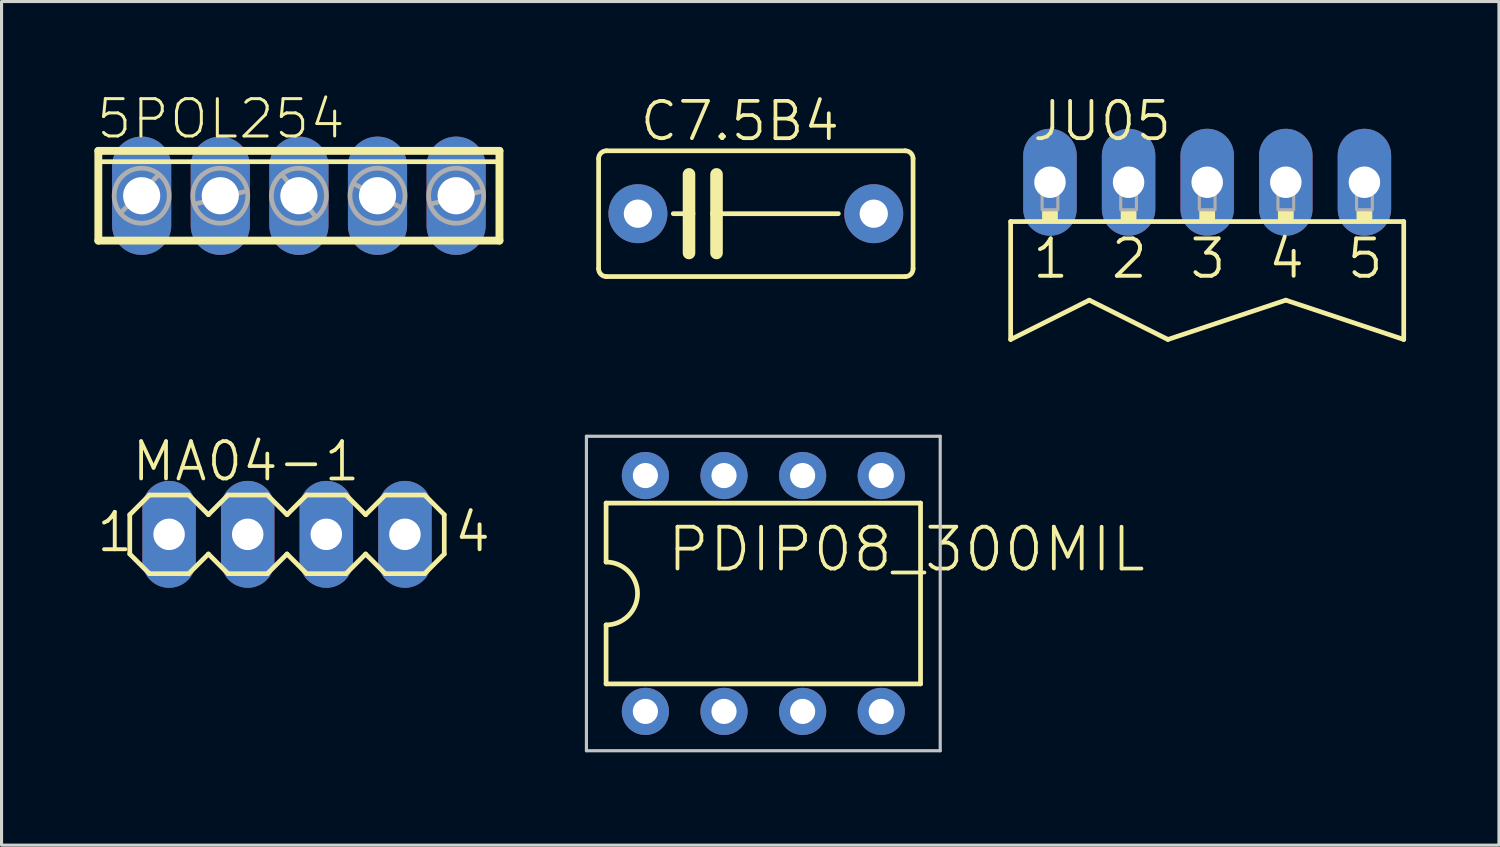
<source format=kicad_pcb>
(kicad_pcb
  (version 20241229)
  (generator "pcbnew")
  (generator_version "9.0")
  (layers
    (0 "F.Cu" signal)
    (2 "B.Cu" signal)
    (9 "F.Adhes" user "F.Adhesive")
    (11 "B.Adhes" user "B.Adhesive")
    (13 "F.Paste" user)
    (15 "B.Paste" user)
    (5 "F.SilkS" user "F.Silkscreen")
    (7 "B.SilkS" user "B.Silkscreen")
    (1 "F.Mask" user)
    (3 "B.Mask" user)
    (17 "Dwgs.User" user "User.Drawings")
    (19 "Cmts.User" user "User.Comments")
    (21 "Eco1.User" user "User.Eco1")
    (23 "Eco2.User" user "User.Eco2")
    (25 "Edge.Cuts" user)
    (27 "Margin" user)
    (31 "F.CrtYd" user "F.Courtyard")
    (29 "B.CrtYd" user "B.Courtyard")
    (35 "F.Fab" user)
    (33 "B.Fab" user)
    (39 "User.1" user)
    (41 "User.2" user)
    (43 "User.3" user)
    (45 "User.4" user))
  (footprint "C7.5B4"
    (layer "F.Cu")
    (at 21.37 3.854)
    (property "Reference" "C7.5B4" (at -3.81 -2.286 0) (layer "F.SilkS") (effects (font (size 1.206 1.206) (thickness 0.121)) (justify left bottom)))
    (attr through_hole)
    (fp_line (start -5.08 -1.778) (end -5.08 1.778) (stroke (width 0.152) (type solid)) (layer "F.SilkS"))
    (fp_line (start -4.826 2.032) (end 4.826 2.032) (stroke (width 0.152) (type solid)) (layer "F.SilkS"))
    (fp_line (start -2.667 0) (end -2.159 0) (stroke (width 0.152) (type solid)) (layer "F.SilkS"))
    (fp_line (start -2.159 -1.27) (end -2.159 0) (stroke (width 0.406) (type solid)) (layer "F.SilkS"))
    (fp_line (start -2.159 0) (end -2.159 1.27) (stroke (width 0.406) (type solid)) (layer "F.SilkS"))
    (fp_line (start -1.27 -1.27) (end -1.27 0) (stroke (width 0.406) (type solid)) (layer "F.SilkS"))
    (fp_line (start -1.27 0) (end -1.27 1.27) (stroke (width 0.406) (type solid)) (layer "F.SilkS"))
    (fp_line (start -1.27 0) (end 2.667 0) (stroke (width 0.152) (type solid)) (layer "F.SilkS"))
    (fp_line (start 4.826 -2.032) (end -4.826 -2.032) (stroke (width 0.152) (type solid)) (layer "F.SilkS"))
    (fp_line (start 5.08 1.778) (end 5.08 -1.778) (stroke (width 0.152) (type solid)) (layer "F.SilkS"))
    (fp_arc (start -5.08 -1.778) (mid -5.005605 -1.957605) (end -4.826 -2.032) (stroke (width 0.1524) (type solid)) (layer "F.SilkS"))
    (fp_arc (start -4.826 2.032) (mid -5.005605 1.957605) (end -5.08 1.778) (stroke (width 0.1524) (type solid)) (layer "F.SilkS"))
    (fp_arc (start 4.826 -2.032) (mid 5.005605 -1.957605) (end 5.08 -1.778) (stroke (width 0.1524) (type solid)) (layer "F.SilkS"))
    (fp_arc (start 5.08 1.778) (mid 5.005605 1.957605) (end 4.826 2.032) (stroke (width 0.1524) (type solid)) (layer "F.SilkS"))
    (pad "1" thru_hole circle (at -3.81 0) (size 1.905 1.905) (drill 0.914) (layers "*.Cu" "*.Mask"))
    (pad "2" thru_hole circle (at 3.81 0) (size 1.905 1.905) (drill 0.914) (layers "*.Cu" "*.Mask")))
  (footprint "PDIP08_300MIL"
    (layer "F.Cu")
    (at 21.612 16.125)
    (property "Reference" "PDIP08_300MIL" (at -3.175 -0.635 180) (layer "F.SilkS") (effects (font (size 1.351 1.351) (thickness 0.122)) (justify left bottom)))
    (attr through_hole)
    (fp_line (start -5.08 -2.921) (end -5.08 -1.016) (stroke (width 0.152) (type solid)) (layer "F.SilkS"))
    (fp_line (start -5.08 2.921) (end -5.08 1.016) (stroke (width 0.152) (type solid)) (layer "F.SilkS"))
    (fp_line (start -5.08 2.921) (end 5.08 2.921) (stroke (width 0.152) (type solid)) (layer "F.SilkS"))
    (fp_line (start 5.08 -2.921) (end -5.08 -2.921) (stroke (width 0.152) (type solid)) (layer "F.SilkS"))
    (fp_line (start 5.08 -2.921) (end 5.08 2.921) (stroke (width 0.152) (type solid)) (layer "F.SilkS"))
    (fp_arc (start -5.08 -1.016) (mid -4.064 0) (end -5.08 1.016) (stroke (width 0.1524) (type solid)) (layer "F.SilkS"))
    (fp_line (start -5.715 -5.08) (end 5.715 -5.08) (stroke (width 0.102) (type solid)) (layer "Dwgs.User"))
    (fp_line (start -5.715 5.08) (end -5.715 -5.08) (stroke (width 0.102) (type solid)) (layer "Dwgs.User"))
    (fp_line (start 5.715 -5.08) (end 5.715 5.08) (stroke (width 0.102) (type solid)) (layer "Dwgs.User"))
    (fp_line (start 5.715 5.08) (end -5.715 5.08) (stroke (width 0.102) (type solid)) (layer "Dwgs.User"))
    (pad "1" thru_hole circle (at -3.81 3.81 90) (size 1.524 1.524) (drill 0.813) (layers "*.Cu" "*.Mask"))
    (pad "2" thru_hole circle (at -1.27 3.81 90) (size 1.524 1.524) (drill 0.813) (layers "*.Cu" "*.Mask"))
    (pad "3" thru_hole circle (at 1.27 3.81 90) (size 1.524 1.524) (drill 0.813) (layers "*.Cu" "*.Mask"))
    (pad "4" thru_hole circle (at 3.81 3.81 90) (size 1.524 1.524) (drill 0.813) (layers "*.Cu" "*.Mask"))
    (pad "5" thru_hole circle (at 3.81 -3.81 90) (size 1.524 1.524) (drill 0.813) (layers "*.Cu" "*.Mask"))
    (pad "6" thru_hole circle (at 1.27 -3.81 90) (size 1.524 1.524) (drill 0.813) (layers "*.Cu" "*.Mask"))
    (pad "7" thru_hole circle (at -1.27 -3.81 90) (size 1.524 1.524) (drill 0.813) (layers "*.Cu" "*.Mask"))
    (pad "8" thru_hole circle (at -3.81 -3.81 90) (size 1.524 1.524) (drill 0.813) (layers "*.Cu" "*.Mask")))
  (footprint "5POL254"
    (layer "F.Cu")
    (at 6.607 3.274)
    (property "Reference" "5POL254" (at -6.604 -1.778 0) (layer "F.SilkS") (effects (font (size 1.206 1.206) (thickness 0.097)) (justify left bottom)))
    (attr through_hole)
    (fp_line (start -6.48 -1.45) (end -6.48 1.45) (stroke (width 0.254) (type solid)) (layer "F.SilkS"))
    (fp_line (start -6.48 1.45) (end 6.48 1.45) (stroke (width 0.254) (type solid)) (layer "F.SilkS"))
    (fp_line (start -6.37 -1.1) (end 6.37 -1.1) (stroke (width 0.152) (type solid)) (layer "F.SilkS"))
    (fp_line (start 6.48 -1.45) (end -6.48 -1.45) (stroke (width 0.254) (type solid)) (layer "F.SilkS"))
    (fp_line (start 6.48 1.45) (end 6.48 -1.45) (stroke (width 0.254) (type solid)) (layer "F.SilkS"))
    (fp_line (start -5.715 0.508) (end -4.572 -0.635) (stroke (width 0.152) (type solid)) (layer "F.Fab"))
    (fp_line (start -3.302 0.254) (end -1.778 -0.127) (stroke (width 0.152) (type solid)) (layer "F.Fab"))
    (fp_line (start -0.508 -0.635) (end 0.508 0.635) (stroke (width 0.152) (type solid)) (layer "F.Fab"))
    (fp_line (start 1.778 -0.381) (end 3.302 0.381) (stroke (width 0.152) (type solid)) (layer "F.Fab"))
    (fp_line (start 4.318 0.254) (end 5.842 -0.127) (stroke (width 0.152) (type solid)) (layer "F.Fab"))
    (fp_circle (center -5.08 0) (end -4.191 0) (stroke (width 0.152) (type solid)) (fill no) (layer "F.Fab"))
    (fp_circle (center -2.54 0) (end -1.651 0) (stroke (width 0.152) (type solid)) (fill no) (layer "F.Fab"))
    (fp_circle (center 0 0) (end 0.889 0) (stroke (width 0.152) (type solid)) (fill no) (layer "F.Fab"))
    (fp_circle (center 2.54 0) (end 3.429 0) (stroke (width 0.152) (type solid)) (fill no) (layer "F.Fab"))
    (fp_circle (center 5.08 0) (end 5.969 0) (stroke (width 0.152) (type solid)) (fill no) (layer "F.Fab"))
    (pad "1" thru_hole oval (at -5.08 0 90) (size 3.822 1.911) (drill 1.2) (layers "*.Cu" "*.Mask"))
    (pad "2" thru_hole oval (at -2.54 0 90) (size 3.822 1.911) (drill 1.2) (layers "*.Cu" "*.Mask"))
    (pad "3" thru_hole oval (at 0 0 90) (size 3.822 1.911) (drill 1.2) (layers "*.Cu" "*.Mask"))
    (pad "4" thru_hole oval (at 2.54 0 90) (size 3.822 1.911) (drill 1.2) (layers "*.Cu" "*.Mask"))
    (pad "5" thru_hole oval (at 5.08 0 90) (size 3.822 1.911) (drill 1.2) (layers "*.Cu" "*.Mask")))
  (footprint "JU05"
    (layer "F.Cu")
    (at 35.953 2.838)
    (property "Reference" "JU05" (at -5.715 -1.27 180) (layer "F.SilkS") (effects (font (size 1.206 1.206) (thickness 0.121)) (justify left bottom)))
    (attr through_hole)
    (fp_line (start -6.35 1.27) (end -6.35 5.08) (stroke (width 0.152) (type solid)) (layer "F.SilkS"))
    (fp_line (start -3.81 3.81) (end -6.35 5.08) (stroke (width 0.152) (type solid)) (layer "F.SilkS"))
    (fp_line (start -1.27 5.08) (end -3.81 3.81) (stroke (width 0.152) (type solid)) (layer "F.SilkS"))
    (fp_line (start 2.54 3.81) (end -1.27 5.08) (stroke (width 0.152) (type solid)) (layer "F.SilkS"))
    (fp_line (start 6.35 1.27) (end -6.35 1.27) (stroke (width 0.152) (type solid)) (layer "F.SilkS"))
    (fp_line (start 6.35 1.27) (end 6.35 5.08) (stroke (width 0.152) (type solid)) (layer "F.SilkS"))
    (fp_line (start 6.35 5.08) (end 2.54 3.81) (stroke (width 0.152) (type solid)) (layer "F.SilkS"))
    (fp_poly (pts (xy -5.334 1.27) (xy -4.826 1.27) (xy -4.826 0.889) (xy -5.334 0.889)) (stroke (width 0) (type solid)) (fill yes) (layer "F.SilkS"))
    (fp_poly (pts (xy -2.794 1.27) (xy -2.286 1.27) (xy -2.286 0.889) (xy -2.794 0.889)) (stroke (width 0) (type solid)) (fill yes) (layer "F.SilkS"))
    (fp_poly (pts (xy -0.254 1.27) (xy 0.254 1.27) (xy 0.254 0.889) (xy -0.254 0.889)) (stroke (width 0) (type solid)) (fill yes) (layer "F.SilkS"))
    (fp_poly (pts (xy 2.286 1.27) (xy 2.794 1.27) (xy 2.794 0.889) (xy 2.286 0.889)) (stroke (width 0) (type solid)) (fill yes) (layer "F.SilkS"))
    (fp_poly (pts (xy 4.826 1.27) (xy 5.334 1.27) (xy 5.334 0.889) (xy 4.826 0.889)) (stroke (width 0) (type solid)) (fill yes) (layer "F.SilkS"))
    (fp_poly (pts (xy -5.334 0.889) (xy -4.826 0.889) (xy -4.826 -0.254) (xy -5.334 -0.254)) (stroke (width 0.1) (type solid)) (fill no) (layer "F.Fab"))
    (fp_poly (pts (xy -2.794 0.889) (xy -2.286 0.889) (xy -2.286 -0.254) (xy -2.794 -0.254)) (stroke (width 0.1) (type solid)) (fill no) (layer "F.Fab"))
    (fp_poly (pts (xy -0.254 0.889) (xy 0.254 0.889) (xy 0.254 -0.254) (xy -0.254 -0.254)) (stroke (width 0.1) (type solid)) (fill no) (layer "F.Fab"))
    (fp_poly (pts (xy 2.286 0.889) (xy 2.794 0.889) (xy 2.794 -0.254) (xy 2.286 -0.254)) (stroke (width 0.1) (type solid)) (fill no) (layer "F.Fab"))
    (fp_poly (pts (xy 4.826 0.889) (xy 5.334 0.889) (xy 5.334 -0.254) (xy 4.826 -0.254)) (stroke (width 0.1) (type solid)) (fill no) (layer "F.Fab"))
    (fp_text user "5" (at 4.445 3.175 0) (layer "F.SilkS") (effects (font (size 1.206 1.206) (thickness 0.127)) (justify left bottom)))
    (fp_text user "2" (at -3.175 3.175 0) (layer "F.SilkS") (effects (font (size 1.206 1.206) (thickness 0.127)) (justify left bottom)))
    (fp_text user "3" (at -0.635 3.175 0) (layer "F.SilkS") (effects (font (size 1.206 1.206) (thickness 0.127)) (justify left bottom)))
    (fp_text user "4" (at 1.905 3.175 0) (layer "F.SilkS") (effects (font (size 1.206 1.206) (thickness 0.127)) (justify left bottom)))
    (fp_text user "1" (at -5.715 3.175 0) (layer "F.SilkS") (effects (font (size 1.206 1.206) (thickness 0.127)) (justify left bottom)))
    (pad "1" thru_hole oval (at -5.08 0 90) (size 3.454 1.727) (drill 1.016) (layers "*.Cu" "*.Mask"))
    (pad "2" thru_hole oval (at -2.54 0 90) (size 3.454 1.727) (drill 1.016) (layers "*.Cu" "*.Mask"))
    (pad "3" thru_hole oval (at 0 0 90) (size 3.454 1.727) (drill 1.016) (layers "*.Cu" "*.Mask"))
    (pad "4" thru_hole oval (at 2.54 0 90) (size 3.454 1.727) (drill 1.016) (layers "*.Cu" "*.Mask"))
    (pad "5" thru_hole oval (at 5.08 0 90) (size 3.454 1.727) (drill 1.016) (layers "*.Cu" "*.Mask")))
  (footprint "MA04-1"
    (layer "F.Cu")
    (at 6.223 14.214)
    (property "Reference" "MA04-1" (at -5.08 -1.651 0) (layer "F.SilkS") (effects (font (size 1.206 1.206) (thickness 0.121)) (justify left bottom)))
    (attr through_hole)
    (fp_line (start -5.08 -0.635) (end -5.08 0.635) (stroke (width 0.152) (type solid)) (layer "F.SilkS"))
    (fp_line (start -5.08 0.635) (end -4.445 1.27) (stroke (width 0.152) (type solid)) (layer "F.SilkS"))
    (fp_line (start -4.445 -1.27) (end -5.08 -0.635) (stroke (width 0.152) (type solid)) (layer "F.SilkS"))
    (fp_line (start -4.445 -1.27) (end -3.175 -1.27) (stroke (width 0.152) (type solid)) (layer "F.SilkS"))
    (fp_line (start -3.175 -1.27) (end -2.54 -0.635) (stroke (width 0.152) (type solid)) (layer "F.SilkS"))
    (fp_line (start -3.175 1.27) (end -4.445 1.27) (stroke (width 0.152) (type solid)) (layer "F.SilkS"))
    (fp_line (start -2.54 -0.635) (end -1.905 -1.27) (stroke (width 0.152) (type solid)) (layer "F.SilkS"))
    (fp_line (start -2.54 0.635) (end -3.175 1.27) (stroke (width 0.152) (type solid)) (layer "F.SilkS"))
    (fp_line (start -1.905 -1.27) (end -0.635 -1.27) (stroke (width 0.152) (type solid)) (layer "F.SilkS"))
    (fp_line (start -1.905 1.27) (end -2.54 0.635) (stroke (width 0.152) (type solid)) (layer "F.SilkS"))
    (fp_line (start -0.635 -1.27) (end 0 -0.635) (stroke (width 0.152) (type solid)) (layer "F.SilkS"))
    (fp_line (start -0.635 1.27) (end -1.905 1.27) (stroke (width 0.152) (type solid)) (layer "F.SilkS"))
    (fp_line (start 0 -0.635) (end 0.635 -1.27) (stroke (width 0.152) (type solid)) (layer "F.SilkS"))
    (fp_line (start 0 0.635) (end -0.635 1.27) (stroke (width 0.152) (type solid)) (layer "F.SilkS"))
    (fp_line (start 0.635 -1.27) (end 1.905 -1.27) (stroke (width 0.152) (type solid)) (layer "F.SilkS"))
    (fp_line (start 0.635 1.27) (end 0 0.635) (stroke (width 0.152) (type solid)) (layer "F.SilkS"))
    (fp_line (start 1.905 -1.27) (end 2.54 -0.635) (stroke (width 0.152) (type solid)) (layer "F.SilkS"))
    (fp_line (start 1.905 1.27) (end 0.635 1.27) (stroke (width 0.152) (type solid)) (layer "F.SilkS"))
    (fp_line (start 2.54 0.635) (end 1.905 1.27) (stroke (width 0.152) (type solid)) (layer "F.SilkS"))
    (fp_line (start 2.54 0.635) (end 3.175 1.27) (stroke (width 0.152) (type solid)) (layer "F.SilkS"))
    (fp_line (start 3.175 -1.27) (end 2.54 -0.635) (stroke (width 0.152) (type solid)) (layer "F.SilkS"))
    (fp_line (start 3.175 -1.27) (end 4.445 -1.27) (stroke (width 0.152) (type solid)) (layer "F.SilkS"))
    (fp_line (start 4.445 -1.27) (end 5.08 -0.635) (stroke (width 0.152) (type solid)) (layer "F.SilkS"))
    (fp_line (start 4.445 1.27) (end 3.175 1.27) (stroke (width 0.152) (type solid)) (layer "F.SilkS"))
    (fp_line (start 5.08 -0.635) (end 5.08 0.635) (stroke (width 0.152) (type solid)) (layer "F.SilkS"))
    (fp_line (start 5.08 0.635) (end 4.445 1.27) (stroke (width 0.152) (type solid)) (layer "F.SilkS"))
    (fp_poly (pts (xy -4.064 0.254) (xy -3.556 0.254) (xy -3.556 -0.254) (xy -4.064 -0.254)) (stroke (width 0.1) (type solid)) (fill no) (layer "F.Fab"))
    (fp_poly (pts (xy -1.524 0.254) (xy -1.016 0.254) (xy -1.016 -0.254) (xy -1.524 -0.254)) (stroke (width 0.1) (type solid)) (fill no) (layer "F.Fab"))
    (fp_poly (pts (xy 1.016 0.254) (xy 1.524 0.254) (xy 1.524 -0.254) (xy 1.016 -0.254)) (stroke (width 0.1) (type solid)) (fill no) (layer "F.Fab"))
    (fp_poly (pts (xy 3.556 0.254) (xy 4.064 0.254) (xy 4.064 -0.254) (xy 3.556 -0.254)) (stroke (width 0.1) (type solid)) (fill no) (layer "F.Fab"))
    (fp_text user "1" (at -6.223 0.635 0) (layer "F.SilkS") (effects (font (size 1.206 1.206) (thickness 0.127)) (justify left bottom)))
    (fp_text user "4" (at 5.334 0.635 0) (layer "F.SilkS") (effects (font (size 1.206 1.206) (thickness 0.127)) (justify left bottom)))
    (pad "1" thru_hole oval (at -3.81 0 90) (size 3.454 1.727) (drill 1.016) (layers "*.Cu" "*.Mask"))
    (pad "2" thru_hole oval (at -1.27 0 90) (size 3.454 1.727) (drill 1.016) (layers "*.Cu" "*.Mask"))
    (pad "3" thru_hole oval (at 1.27 0 90) (size 3.454 1.727) (drill 1.016) (layers "*.Cu" "*.Mask"))
    (pad "4" thru_hole oval (at 3.81 0 90) (size 3.454 1.727) (drill 1.016) (layers "*.Cu" "*.Mask")))
  (gr_rect
    (start -3 -3)
    (end 45.379 24.256)
    (stroke (width 0.1) (type default))
    (fill no)
    (layer "Edge.Cuts")))
</source>
